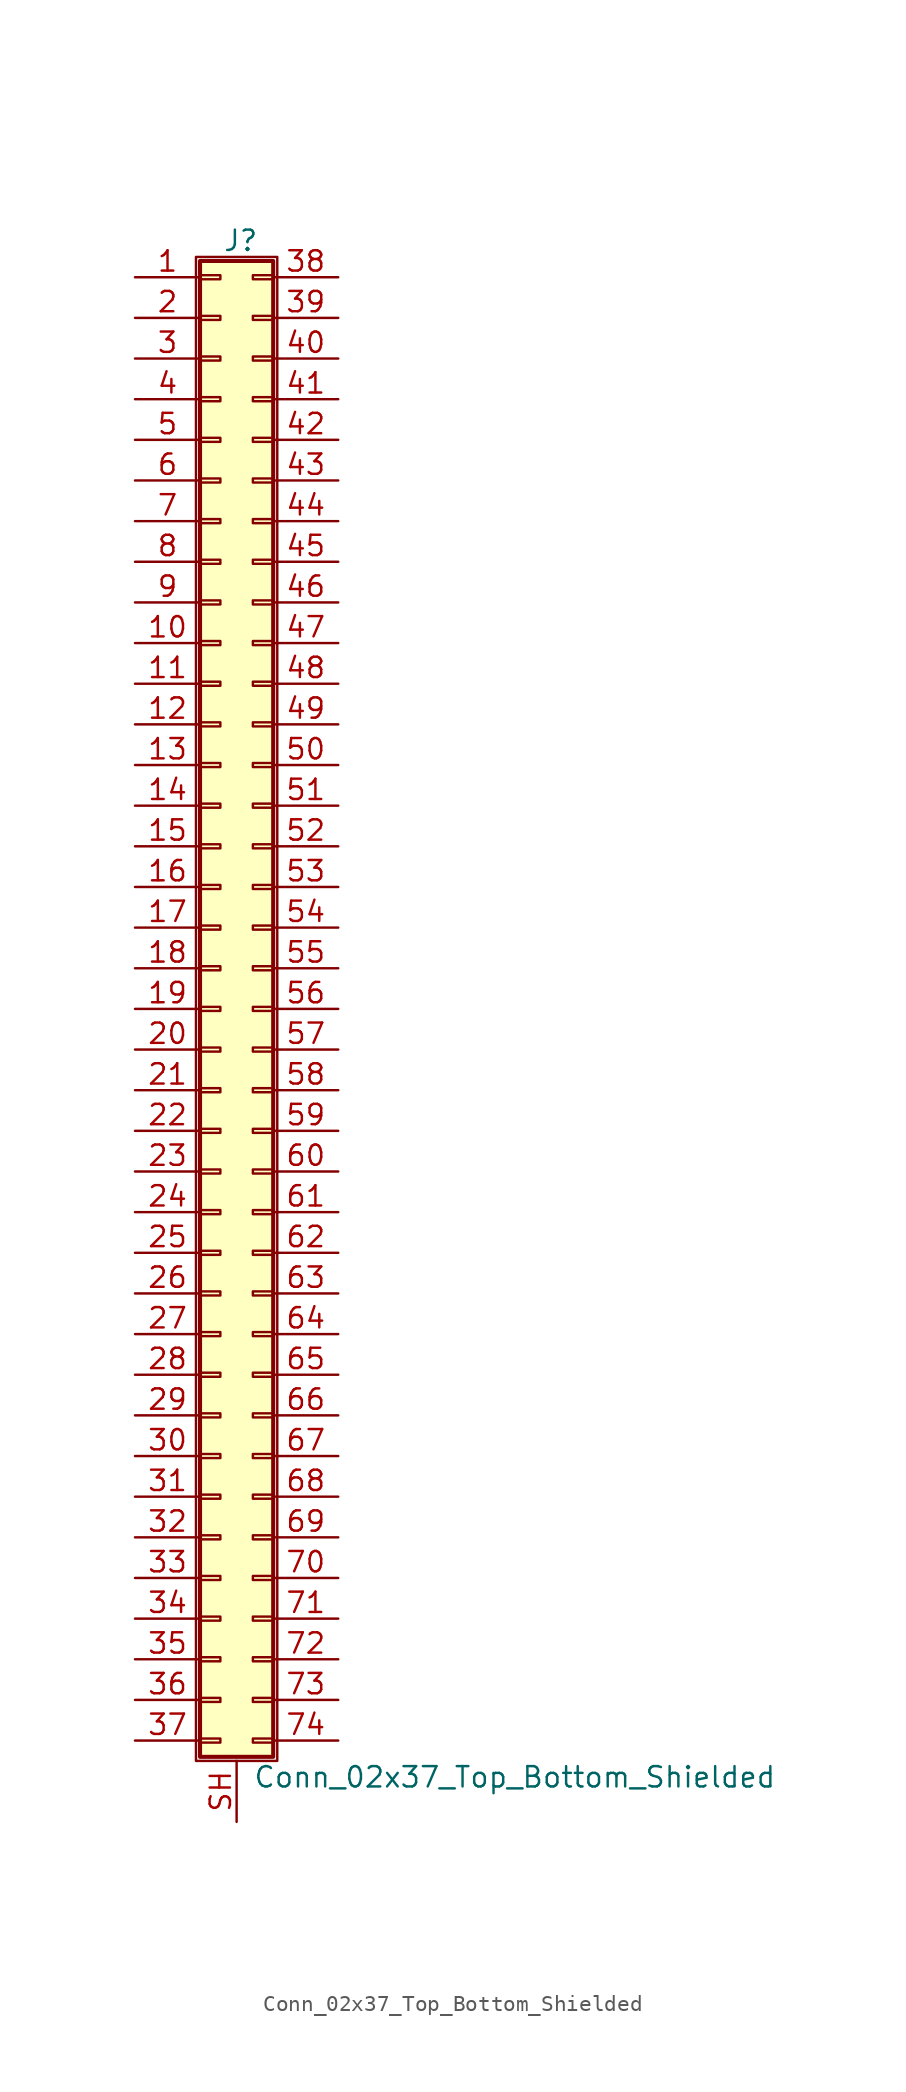
<source format=kicad_sym>
(kicad_symbol_lib
  (version 20201005)
  (generator kicad_symbol_editor)
  (symbol "Conn_02x37_Top_Bottom_Shielded"
    (pin_names
      (offset 1.016) hide)
    (property "Reference" "J"
      (at 1.524 48.006 0)
      (effects (font (size 1.27 1.27))))
    (property "Value" "Conn_02x37_Top_Bottom_Shielded"
      (at 2.286 -48.006 0)
      (effects (font (size 1.27 1.27)) (justify left)))
    (symbol "Conn_02x37_Top_Bottom_Shielded_1_1"
      (rectangle (start -1.27 46.99) (end 3.81 -46.99) (stroke (width 0.152)) (fill (type none)))
      (rectangle (start -1.016 -45.593) (end 0.254 -45.847) (stroke (width 0.152)) (fill (type none)))
      (rectangle (start -1.016 -43.053) (end 0.254 -43.307) (stroke (width 0.152)) (fill (type none)))
      (rectangle (start -1.016 -40.513) (end 0.254 -40.767) (stroke (width 0.152)) (fill (type none)))
      (rectangle (start -1.016 -37.973) (end 0.254 -38.227) (stroke (width 0.152)) (fill (type none)))
      (rectangle (start -1.016 -35.433) (end 0.254 -35.687) (stroke (width 0.152)) (fill (type none)))
      (rectangle (start -1.016 -32.893) (end 0.254 -33.147) (stroke (width 0.152)) (fill (type none)))
      (rectangle (start -1.016 -30.353) (end 0.254 -30.607) (stroke (width 0.152)) (fill (type none)))
      (rectangle (start -1.016 -27.813) (end 0.254 -28.067) (stroke (width 0.152)) (fill (type none)))
      (rectangle (start -1.016 -25.273) (end 0.254 -25.527) (stroke (width 0.152)) (fill (type none)))
      (rectangle (start -1.016 -22.733) (end 0.254 -22.987) (stroke (width 0.152)) (fill (type none)))
      (rectangle (start -1.016 -20.193) (end 0.254 -20.447) (stroke (width 0.152)) (fill (type none)))
      (rectangle (start -1.016 -17.653) (end 0.254 -17.907) (stroke (width 0.152)) (fill (type none)))
      (rectangle (start -1.016 -15.113) (end 0.254 -15.367) (stroke (width 0.152)) (fill (type none)))
      (rectangle (start -1.016 -12.573) (end 0.254 -12.827) (stroke (width 0.152)) (fill (type none)))
      (rectangle (start -1.016 -10.033) (end 0.254 -10.287) (stroke (width 0.152)) (fill (type none)))
      (rectangle (start -1.016 -7.493) (end 0.254 -7.747) (stroke (width 0.152)) (fill (type none)))
      (rectangle (start -1.016 -4.953) (end 0.254 -5.207) (stroke (width 0.152)) (fill (type none)))
      (rectangle (start -1.016 -2.413) (end 0.254 -2.667) (stroke (width 0.152)) (fill (type none)))
      (rectangle (start -1.016 0.127) (end 0.254 -0.127) (stroke (width 0.152)) (fill (type none)))
      (rectangle (start -1.016 2.667) (end 0.254 2.413) (stroke (width 0.152)) (fill (type none)))
      (rectangle (start -1.016 5.207) (end 0.254 4.953) (stroke (width 0.152)) (fill (type none)))
      (rectangle (start -1.016 7.747) (end 0.254 7.493) (stroke (width 0.152)) (fill (type none)))
      (rectangle (start -1.016 10.287) (end 0.254 10.033) (stroke (width 0.152)) (fill (type none)))
      (rectangle (start -1.016 12.827) (end 0.254 12.573) (stroke (width 0.152)) (fill (type none)))
      (rectangle (start -1.016 15.367) (end 0.254 15.113) (stroke (width 0.152)) (fill (type none)))
      (rectangle (start -1.016 17.907) (end 0.254 17.653) (stroke (width 0.152)) (fill (type none)))
      (rectangle (start -1.016 20.447) (end 0.254 20.193) (stroke (width 0.152)) (fill (type none)))
      (rectangle (start -1.016 22.987) (end 0.254 22.733) (stroke (width 0.152)) (fill (type none)))
      (rectangle (start -1.016 25.527) (end 0.254 25.273) (stroke (width 0.152)) (fill (type none)))
      (rectangle (start -1.016 28.067) (end 0.254 27.813) (stroke (width 0.152)) (fill (type none)))
      (rectangle (start -1.016 30.607) (end 0.254 30.353) (stroke (width 0.152)) (fill (type none)))
      (rectangle (start -1.016 33.147) (end 0.254 32.893) (stroke (width 0.152)) (fill (type none)))
      (rectangle (start -1.016 35.687) (end 0.254 35.433) (stroke (width 0.152)) (fill (type none)))
      (rectangle (start -1.016 38.227) (end 0.254 37.973) (stroke (width 0.152)) (fill (type none)))
      (rectangle (start -1.016 40.767) (end 0.254 40.513) (stroke (width 0.152)) (fill (type none)))
      (rectangle (start -1.016 43.307) (end 0.254 43.053) (stroke (width 0.152)) (fill (type none)))
      (rectangle (start -1.016 45.847) (end 0.254 45.593) (stroke (width 0.152)) (fill (type none)))
      (rectangle (start 3.556 -45.593) (end 2.286 -45.847) (stroke (width 0.152)) (fill (type none)))
      (rectangle (start 3.556 -43.053) (end 2.286 -43.307) (stroke (width 0.152)) (fill (type none)))
      (rectangle (start 3.556 -40.513) (end 2.286 -40.767) (stroke (width 0.152)) (fill (type none)))
      (rectangle (start 3.556 -37.973) (end 2.286 -38.227) (stroke (width 0.152)) (fill (type none)))
      (rectangle (start 3.556 -35.433) (end 2.286 -35.687) (stroke (width 0.152)) (fill (type none)))
      (rectangle (start 3.556 -32.893) (end 2.286 -33.147) (stroke (width 0.152)) (fill (type none)))
      (rectangle (start 3.556 -30.353) (end 2.286 -30.607) (stroke (width 0.152)) (fill (type none)))
      (rectangle (start 3.556 -27.813) (end 2.286 -28.067) (stroke (width 0.152)) (fill (type none)))
      (rectangle (start 3.556 -25.273) (end 2.286 -25.527) (stroke (width 0.152)) (fill (type none)))
      (rectangle (start 3.556 -22.733) (end 2.286 -22.987) (stroke (width 0.152)) (fill (type none)))
      (rectangle (start 3.556 -20.193) (end 2.286 -20.447) (stroke (width 0.152)) (fill (type none)))
      (rectangle (start 3.556 -17.653) (end 2.286 -17.907) (stroke (width 0.152)) (fill (type none)))
      (rectangle (start 3.556 -15.113) (end 2.286 -15.367) (stroke (width 0.152)) (fill (type none)))
      (rectangle (start 3.556 -12.573) (end 2.286 -12.827) (stroke (width 0.152)) (fill (type none)))
      (rectangle (start 3.556 -10.033) (end 2.286 -10.287) (stroke (width 0.152)) (fill (type none)))
      (rectangle (start 3.556 -7.493) (end 2.286 -7.747) (stroke (width 0.152)) (fill (type none)))
      (rectangle (start 3.556 -4.953) (end 2.286 -5.207) (stroke (width 0.152)) (fill (type none)))
      (rectangle (start 3.556 -2.413) (end 2.286 -2.667) (stroke (width 0.152)) (fill (type none)))
      (rectangle (start 3.556 0.127) (end 2.286 -0.127) (stroke (width 0.152)) (fill (type none)))
      (rectangle (start 3.556 2.667) (end 2.286 2.413) (stroke (width 0.152)) (fill (type none)))
      (rectangle (start 3.556 5.207) (end 2.286 4.953) (stroke (width 0.152)) (fill (type none)))
      (rectangle (start 3.556 7.747) (end 2.286 7.493) (stroke (width 0.152)) (fill (type none)))
      (rectangle (start 3.556 10.287) (end 2.286 10.033) (stroke (width 0.152)) (fill (type none)))
      (rectangle (start 3.556 12.827) (end 2.286 12.573) (stroke (width 0.152)) (fill (type none)))
      (rectangle (start 3.556 15.367) (end 2.286 15.113) (stroke (width 0.152)) (fill (type none)))
      (rectangle (start 3.556 17.907) (end 2.286 17.653) (stroke (width 0.152)) (fill (type none)))
      (rectangle (start 3.556 20.447) (end 2.286 20.193) (stroke (width 0.152)) (fill (type none)))
      (rectangle (start 3.556 22.987) (end 2.286 22.733) (stroke (width 0.152)) (fill (type none)))
      (rectangle (start 3.556 25.527) (end 2.286 25.273) (stroke (width 0.152)) (fill (type none)))
      (rectangle (start 3.556 28.067) (end 2.286 27.813) (stroke (width 0.152)) (fill (type none)))
      (rectangle (start 3.556 30.607) (end 2.286 30.353) (stroke (width 0.152)) (fill (type none)))
      (rectangle (start 3.556 33.147) (end 2.286 32.893) (stroke (width 0.152)) (fill (type none)))
      (rectangle (start 3.556 35.687) (end 2.286 35.433) (stroke (width 0.152)) (fill (type none)))
      (rectangle (start 3.556 38.227) (end 2.286 37.973) (stroke (width 0.152)) (fill (type none)))
      (rectangle (start 3.556 40.767) (end 2.286 40.513) (stroke (width 0.152)) (fill (type none)))
      (rectangle (start 3.556 43.307) (end 2.286 43.053) (stroke (width 0.152)) (fill (type none)))
      (rectangle (start 3.556 45.847) (end 2.286 45.593) (stroke (width 0.152)) (fill (type none)))
      (rectangle (start -1.016 46.736) (end 3.556 -46.736) (stroke (width 0.254)) (fill (type background)))
      (pin passive line (at -5.08 45.72 0) (length 4.064) (name "Pin_1" (effects (font (size 1.27 1.27)))) (number "1" (effects (font (size 1.27 1.27)))))
      (pin passive line (at -5.08 22.86 0) (length 4.064) (name "Pin_10" (effects (font (size 1.27 1.27)))) (number "10" (effects (font (size 1.27 1.27)))))
      (pin passive line (at -5.08 20.32 0) (length 4.064) (name "Pin_11" (effects (font (size 1.27 1.27)))) (number "11" (effects (font (size 1.27 1.27)))))
      (pin passive line (at -5.08 17.78 0) (length 4.064) (name "Pin_12" (effects (font (size 1.27 1.27)))) (number "12" (effects (font (size 1.27 1.27)))))
      (pin passive line (at -5.08 15.24 0) (length 4.064) (name "Pin_13" (effects (font (size 1.27 1.27)))) (number "13" (effects (font (size 1.27 1.27)))))
      (pin passive line (at -5.08 12.7 0) (length 4.064) (name "Pin_14" (effects (font (size 1.27 1.27)))) (number "14" (effects (font (size 1.27 1.27)))))
      (pin passive line (at -5.08 10.16 0) (length 4.064) (name "Pin_15" (effects (font (size 1.27 1.27)))) (number "15" (effects (font (size 1.27 1.27)))))
      (pin passive line (at -5.08 7.62 0) (length 4.064) (name "Pin_16" (effects (font (size 1.27 1.27)))) (number "16" (effects (font (size 1.27 1.27)))))
      (pin passive line (at -5.08 5.08 0) (length 4.064) (name "Pin_17" (effects (font (size 1.27 1.27)))) (number "17" (effects (font (size 1.27 1.27)))))
      (pin passive line (at -5.08 2.54 0) (length 4.064) (name "Pin_18" (effects (font (size 1.27 1.27)))) (number "18" (effects (font (size 1.27 1.27)))))
      (pin passive line (at -5.08 0 0) (length 4.064) (name "Pin_19" (effects (font (size 1.27 1.27)))) (number "19" (effects (font (size 1.27 1.27)))))
      (pin passive line (at -5.08 43.18 0) (length 4.064) (name "Pin_2" (effects (font (size 1.27 1.27)))) (number "2" (effects (font (size 1.27 1.27)))))
      (pin passive line (at -5.08 -2.54 0) (length 4.064) (name "Pin_20" (effects (font (size 1.27 1.27)))) (number "20" (effects (font (size 1.27 1.27)))))
      (pin passive line (at -5.08 -5.08 0) (length 4.064) (name "Pin_21" (effects (font (size 1.27 1.27)))) (number "21" (effects (font (size 1.27 1.27)))))
      (pin passive line (at -5.08 -7.62 0) (length 4.064) (name "Pin_22" (effects (font (size 1.27 1.27)))) (number "22" (effects (font (size 1.27 1.27)))))
      (pin passive line (at -5.08 -10.16 0) (length 4.064) (name "Pin_23" (effects (font (size 1.27 1.27)))) (number "23" (effects (font (size 1.27 1.27)))))
      (pin passive line (at -5.08 -12.7 0) (length 4.064) (name "Pin_24" (effects (font (size 1.27 1.27)))) (number "24" (effects (font (size 1.27 1.27)))))
      (pin passive line (at -5.08 -15.24 0) (length 4.064) (name "Pin_25" (effects (font (size 1.27 1.27)))) (number "25" (effects (font (size 1.27 1.27)))))
      (pin passive line (at -5.08 -17.78 0) (length 4.064) (name "Pin_26" (effects (font (size 1.27 1.27)))) (number "26" (effects (font (size 1.27 1.27)))))
      (pin passive line (at -5.08 -20.32 0) (length 4.064) (name "Pin_27" (effects (font (size 1.27 1.27)))) (number "27" (effects (font (size 1.27 1.27)))))
      (pin passive line (at -5.08 -22.86 0) (length 4.064) (name "Pin_28" (effects (font (size 1.27 1.27)))) (number "28" (effects (font (size 1.27 1.27)))))
      (pin passive line (at -5.08 -25.4 0) (length 4.064) (name "Pin_29" (effects (font (size 1.27 1.27)))) (number "29" (effects (font (size 1.27 1.27)))))
      (pin passive line (at -5.08 40.64 0) (length 4.064) (name "Pin_3" (effects (font (size 1.27 1.27)))) (number "3" (effects (font (size 1.27 1.27)))))
      (pin passive line (at -5.08 -27.94 0) (length 4.064) (name "Pin_30" (effects (font (size 1.27 1.27)))) (number "30" (effects (font (size 1.27 1.27)))))
      (pin passive line (at -5.08 -30.48 0) (length 4.064) (name "Pin_31" (effects (font (size 1.27 1.27)))) (number "31" (effects (font (size 1.27 1.27)))))
      (pin passive line (at -5.08 -33.02 0) (length 4.064) (name "Pin_32" (effects (font (size 1.27 1.27)))) (number "32" (effects (font (size 1.27 1.27)))))
      (pin passive line (at -5.08 -35.56 0) (length 4.064) (name "Pin_33" (effects (font (size 1.27 1.27)))) (number "33" (effects (font (size 1.27 1.27)))))
      (pin passive line (at -5.08 -38.1 0) (length 4.064) (name "Pin_34" (effects (font (size 1.27 1.27)))) (number "34" (effects (font (size 1.27 1.27)))))
      (pin passive line (at -5.08 -40.64 0) (length 4.064) (name "Pin_35" (effects (font (size 1.27 1.27)))) (number "35" (effects (font (size 1.27 1.27)))))
      (pin passive line (at -5.08 -43.18 0) (length 4.064) (name "Pin_36" (effects (font (size 1.27 1.27)))) (number "36" (effects (font (size 1.27 1.27)))))
      (pin passive line (at -5.08 -45.72 0) (length 4.064) (name "Pin_37" (effects (font (size 1.27 1.27)))) (number "37" (effects (font (size 1.27 1.27)))))
      (pin passive line (at 7.62 45.72 180) (length 4.064) (name "Pin_38" (effects (font (size 1.27 1.27)))) (number "38" (effects (font (size 1.27 1.27)))))
      (pin passive line (at 7.62 43.18 180) (length 4.064) (name "Pin_39" (effects (font (size 1.27 1.27)))) (number "39" (effects (font (size 1.27 1.27)))))
      (pin passive line (at -5.08 38.1 0) (length 4.064) (name "Pin_4" (effects (font (size 1.27 1.27)))) (number "4" (effects (font (size 1.27 1.27)))))
      (pin passive line (at 7.62 40.64 180) (length 4.064) (name "Pin_40" (effects (font (size 1.27 1.27)))) (number "40" (effects (font (size 1.27 1.27)))))
      (pin passive line (at 7.62 38.1 180) (length 4.064) (name "Pin_41" (effects (font (size 1.27 1.27)))) (number "41" (effects (font (size 1.27 1.27)))))
      (pin passive line (at 7.62 35.56 180) (length 4.064) (name "Pin_42" (effects (font (size 1.27 1.27)))) (number "42" (effects (font (size 1.27 1.27)))))
      (pin passive line (at 7.62 33.02 180) (length 4.064) (name "Pin_43" (effects (font (size 1.27 1.27)))) (number "43" (effects (font (size 1.27 1.27)))))
      (pin passive line (at 7.62 30.48 180) (length 4.064) (name "Pin_44" (effects (font (size 1.27 1.27)))) (number "44" (effects (font (size 1.27 1.27)))))
      (pin passive line (at 7.62 27.94 180) (length 4.064) (name "Pin_45" (effects (font (size 1.27 1.27)))) (number "45" (effects (font (size 1.27 1.27)))))
      (pin passive line (at 7.62 25.4 180) (length 4.064) (name "Pin_46" (effects (font (size 1.27 1.27)))) (number "46" (effects (font (size 1.27 1.27)))))
      (pin passive line (at 7.62 22.86 180) (length 4.064) (name "Pin_47" (effects (font (size 1.27 1.27)))) (number "47" (effects (font (size 1.27 1.27)))))
      (pin passive line (at 7.62 20.32 180) (length 4.064) (name "Pin_48" (effects (font (size 1.27 1.27)))) (number "48" (effects (font (size 1.27 1.27)))))
      (pin passive line (at 7.62 17.78 180) (length 4.064) (name "Pin_49" (effects (font (size 1.27 1.27)))) (number "49" (effects (font (size 1.27 1.27)))))
      (pin passive line (at -5.08 35.56 0) (length 4.064) (name "Pin_5" (effects (font (size 1.27 1.27)))) (number "5" (effects (font (size 1.27 1.27)))))
      (pin passive line (at 7.62 15.24 180) (length 4.064) (name "Pin_50" (effects (font (size 1.27 1.27)))) (number "50" (effects (font (size 1.27 1.27)))))
      (pin passive line (at 7.62 12.7 180) (length 4.064) (name "Pin_51" (effects (font (size 1.27 1.27)))) (number "51" (effects (font (size 1.27 1.27)))))
      (pin passive line (at 7.62 10.16 180) (length 4.064) (name "Pin_52" (effects (font (size 1.27 1.27)))) (number "52" (effects (font (size 1.27 1.27)))))
      (pin passive line (at 7.62 7.62 180) (length 4.064) (name "Pin_53" (effects (font (size 1.27 1.27)))) (number "53" (effects (font (size 1.27 1.27)))))
      (pin passive line (at 7.62 5.08 180) (length 4.064) (name "Pin_54" (effects (font (size 1.27 1.27)))) (number "54" (effects (font (size 1.27 1.27)))))
      (pin passive line (at 7.62 2.54 180) (length 4.064) (name "Pin_55" (effects (font (size 1.27 1.27)))) (number "55" (effects (font (size 1.27 1.27)))))
      (pin passive line (at 7.62 0 180) (length 4.064) (name "Pin_56" (effects (font (size 1.27 1.27)))) (number "56" (effects (font (size 1.27 1.27)))))
      (pin passive line (at 7.62 -2.54 180) (length 4.064) (name "Pin_57" (effects (font (size 1.27 1.27)))) (number "57" (effects (font (size 1.27 1.27)))))
      (pin passive line (at 7.62 -5.08 180) (length 4.064) (name "Pin_58" (effects (font (size 1.27 1.27)))) (number "58" (effects (font (size 1.27 1.27)))))
      (pin passive line (at 7.62 -7.62 180) (length 4.064) (name "Pin_59" (effects (font (size 1.27 1.27)))) (number "59" (effects (font (size 1.27 1.27)))))
      (pin passive line (at -5.08 33.02 0) (length 4.064) (name "Pin_6" (effects (font (size 1.27 1.27)))) (number "6" (effects (font (size 1.27 1.27)))))
      (pin passive line (at 7.62 -10.16 180) (length 4.064) (name "Pin_60" (effects (font (size 1.27 1.27)))) (number "60" (effects (font (size 1.27 1.27)))))
      (pin passive line (at 7.62 -12.7 180) (length 4.064) (name "Pin_61" (effects (font (size 1.27 1.27)))) (number "61" (effects (font (size 1.27 1.27)))))
      (pin passive line (at 7.62 -15.24 180) (length 4.064) (name "Pin_62" (effects (font (size 1.27 1.27)))) (number "62" (effects (font (size 1.27 1.27)))))
      (pin passive line (at 7.62 -17.78 180) (length 4.064) (name "Pin_63" (effects (font (size 1.27 1.27)))) (number "63" (effects (font (size 1.27 1.27)))))
      (pin passive line (at 7.62 -20.32 180) (length 4.064) (name "Pin_64" (effects (font (size 1.27 1.27)))) (number "64" (effects (font (size 1.27 1.27)))))
      (pin passive line (at 7.62 -22.86 180) (length 4.064) (name "Pin_65" (effects (font (size 1.27 1.27)))) (number "65" (effects (font (size 1.27 1.27)))))
      (pin passive line (at 7.62 -25.4 180) (length 4.064) (name "Pin_66" (effects (font (size 1.27 1.27)))) (number "66" (effects (font (size 1.27 1.27)))))
      (pin passive line (at 7.62 -27.94 180) (length 4.064) (name "Pin_67" (effects (font (size 1.27 1.27)))) (number "67" (effects (font (size 1.27 1.27)))))
      (pin passive line (at 7.62 -30.48 180) (length 4.064) (name "Pin_68" (effects (font (size 1.27 1.27)))) (number "68" (effects (font (size 1.27 1.27)))))
      (pin passive line (at 7.62 -33.02 180) (length 4.064) (name "Pin_69" (effects (font (size 1.27 1.27)))) (number "69" (effects (font (size 1.27 1.27)))))
      (pin passive line (at -5.08 30.48 0) (length 4.064) (name "Pin_7" (effects (font (size 1.27 1.27)))) (number "7" (effects (font (size 1.27 1.27)))))
      (pin passive line (at 7.62 -35.56 180) (length 4.064) (name "Pin_70" (effects (font (size 1.27 1.27)))) (number "70" (effects (font (size 1.27 1.27)))))
      (pin passive line (at 7.62 -38.1 180) (length 4.064) (name "Pin_71" (effects (font (size 1.27 1.27)))) (number "71" (effects (font (size 1.27 1.27)))))
      (pin passive line (at 7.62 -40.64 180) (length 4.064) (name "Pin_72" (effects (font (size 1.27 1.27)))) (number "72" (effects (font (size 1.27 1.27)))))
      (pin passive line (at 7.62 -43.18 180) (length 4.064) (name "Pin_73" (effects (font (size 1.27 1.27)))) (number "73" (effects (font (size 1.27 1.27)))))
      (pin passive line (at 7.62 -45.72 180) (length 4.064) (name "Pin_74" (effects (font (size 1.27 1.27)))) (number "74" (effects (font (size 1.27 1.27)))))
      (pin passive line (at -5.08 27.94 0) (length 4.064) (name "Pin_8" (effects (font (size 1.27 1.27)))) (number "8" (effects (font (size 1.27 1.27)))))
      (pin passive line (at -5.08 25.4 0) (length 4.064) (name "Pin_9" (effects (font (size 1.27 1.27)))) (number "9" (effects (font (size 1.27 1.27)))))
      (pin passive line (at 1.27 -50.8 90) (length 3.81) (name "Shield" (effects (font (size 1.27 1.27)))) (number "SH" (effects (font (size 1.27 1.27))))))))
</source>
